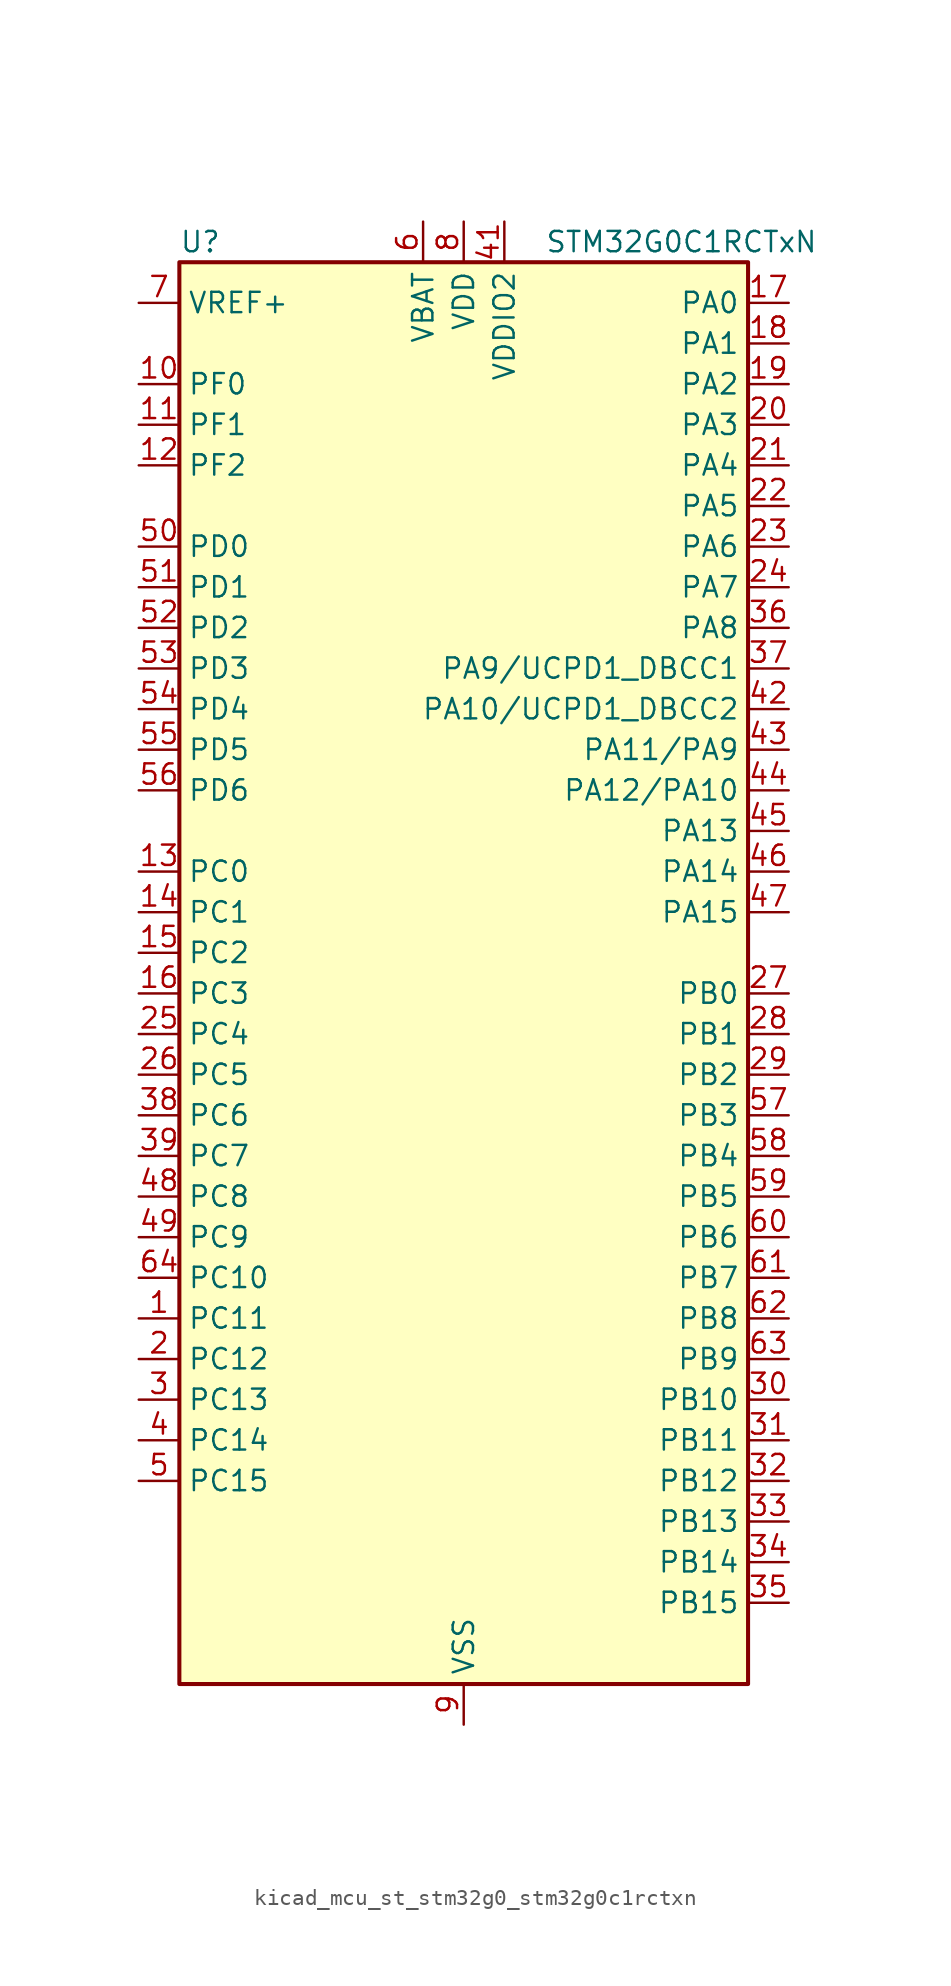
<source format=kicad_sym>
(kicad_symbol_lib
  (version 20220914)
  (generator kicad_symbol_editor)
  (symbol "kicad_mcu_st_stm32g0_stm32g0c1rctxn"
    (property "Reference" "U"
      (at -17.78 46.99 0)
      (effects (font (size 1.27 1.27)) (justify left)))
    (property "Value" "STM32G0C1RCTxN"
      (at 5.08 46.99 0)
      (effects (font (size 1.27 1.27)) (justify left)))
    (property "ki_locked" ""
      (at 0 0 0)
      (effects (font (size 1.27 1.27))))
    (symbol "kicad_mcu_st_stm32g0_stm32g0c1rctxn_0_1"
      (rectangle (start -17.78 -43.18) (end 17.78 45.72) (stroke (width 0.254) (type default)) (fill (type background))))
    (symbol "kicad_mcu_st_stm32g0_stm32g0c1rctxn_1_1"
      (pin bidirectional line (at -20.32 -20.32 0) (length 2.54) (name "PC11" (effects (font (size 1.27 1.27)))) (number "1" (effects (font (size 1.27 1.27)))) (alternate "ADC1_EXTI11" bidirectional line) (alternate "SPI3_MISO" bidirectional line) (alternate "TIM1_CH4" bidirectional line) (alternate "USART3_RX" bidirectional line) (alternate "USART4_RX" bidirectional line))
      (pin bidirectional line (at -20.32 38.1 0) (length 2.54) (name "PF0" (effects (font (size 1.27 1.27)))) (number "10" (effects (font (size 1.27 1.27)))) (alternate "CRS1_SYNC" bidirectional line) (alternate "RCC_OSC_IN" bidirectional line) (alternate "TIM14_CH1" bidirectional line))
      (pin bidirectional line (at -20.32 35.56 0) (length 2.54) (name "PF1" (effects (font (size 1.27 1.27)))) (number "11" (effects (font (size 1.27 1.27)))) (alternate "RCC_OSC_EN" bidirectional line) (alternate "RCC_OSC_OUT" bidirectional line) (alternate "TIM15_CH1N" bidirectional line))
      (pin bidirectional line (at -20.32 33.02 0) (length 2.54) (name "PF2" (effects (font (size 1.27 1.27)))) (number "12" (effects (font (size 1.27 1.27)))) (alternate "LPUART2_DE" bidirectional line) (alternate "LPUART2_RTS" bidirectional line) (alternate "LPUART2_TX" bidirectional line) (alternate "RCC_MCO" bidirectional line))
      (pin bidirectional line (at -20.32 7.62 0) (length 2.54) (name "PC0" (effects (font (size 1.27 1.27)))) (number "13" (effects (font (size 1.27 1.27)))) (alternate "COMP3_INM" bidirectional line) (alternate "COMP3_OUT" bidirectional line) (alternate "I2C3_SCL" bidirectional line) (alternate "LPTIM1_IN1" bidirectional line) (alternate "LPTIM2_IN1" bidirectional line) (alternate "LPUART1_RX" bidirectional line) (alternate "LPUART2_TX" bidirectional line) (alternate "USART6_TX" bidirectional line))
      (pin bidirectional line (at -20.32 5.08 0) (length 2.54) (name "PC1" (effects (font (size 1.27 1.27)))) (number "14" (effects (font (size 1.27 1.27)))) (alternate "COMP3_INP" bidirectional line) (alternate "I2C3_SDA" bidirectional line) (alternate "LPTIM1_OUT" bidirectional line) (alternate "LPUART1_TX" bidirectional line) (alternate "LPUART2_RX" bidirectional line) (alternate "TIM15_CH1" bidirectional line) (alternate "USART6_RX" bidirectional line))
      (pin bidirectional line (at -20.32 2.54 0) (length 2.54) (name "PC2" (effects (font (size 1.27 1.27)))) (number "15" (effects (font (size 1.27 1.27)))) (alternate "COMP3_OUT" bidirectional line) (alternate "FDCAN2_RX" bidirectional line) (alternate "I2S2_MCK" bidirectional line) (alternate "LPTIM1_IN2" bidirectional line) (alternate "SPI2_MISO" bidirectional line) (alternate "TIM15_CH2" bidirectional line))
      (pin bidirectional line (at -20.32 0 0) (length 2.54) (name "PC3" (effects (font (size 1.27 1.27)))) (number "16" (effects (font (size 1.27 1.27)))) (alternate "FDCAN2_TX" bidirectional line) (alternate "I2S2_SD" bidirectional line) (alternate "LPTIM1_ETR" bidirectional line) (alternate "LPTIM2_ETR" bidirectional line) (alternate "SPI2_MOSI" bidirectional line))
      (pin bidirectional line (at 20.32 43.18 180) (length 2.54) (name "PA0" (effects (font (size 1.27 1.27)))) (number "17" (effects (font (size 1.27 1.27)))) (alternate "ADC1_IN0" bidirectional line) (alternate "COMP1_INM" bidirectional line) (alternate "COMP1_OUT" bidirectional line) (alternate "I2S2_CK" bidirectional line) (alternate "LPTIM1_OUT" bidirectional line) (alternate "RTC_TAMP_IN2" bidirectional line) (alternate "SPI2_SCK" bidirectional line) (alternate "SYS_WKUP1" bidirectional line) (alternate "TIM2_CH1" bidirectional line) (alternate "TIM2_ETR" bidirectional line) (alternate "UCPD2_FRSTX1" bidirectional line) (alternate "UCPD2_FRSTX2" bidirectional line) (alternate "USART2_CTS" bidirectional line) (alternate "USART2_NSS" bidirectional line) (alternate "USART4_TX" bidirectional line))
      (pin bidirectional line (at 20.32 40.64 180) (length 2.54) (name "PA1" (effects (font (size 1.27 1.27)))) (number "18" (effects (font (size 1.27 1.27)))) (alternate "ADC1_IN1" bidirectional line) (alternate "COMP1_INP" bidirectional line) (alternate "I2C1_SMBA" bidirectional line) (alternate "I2S1_CK" bidirectional line) (alternate "SPI1_SCK" bidirectional line) (alternate "TIM15_CH1N" bidirectional line) (alternate "TIM2_CH2" bidirectional line) (alternate "USART2_CK" bidirectional line) (alternate "USART2_DE" bidirectional line) (alternate "USART2_RTS" bidirectional line) (alternate "USART4_RX" bidirectional line))
      (pin bidirectional line (at 20.32 38.1 180) (length 2.54) (name "PA2" (effects (font (size 1.27 1.27)))) (number "19" (effects (font (size 1.27 1.27)))) (alternate "ADC1_IN2" bidirectional line) (alternate "COMP2_INM" bidirectional line) (alternate "COMP2_OUT" bidirectional line) (alternate "I2S1_SD" bidirectional line) (alternate "LPUART1_TX" bidirectional line) (alternate "RCC_LSCO" bidirectional line) (alternate "SPI1_MOSI" bidirectional line) (alternate "SYS_WKUP4" bidirectional line) (alternate "TIM15_CH1" bidirectional line) (alternate "TIM2_CH3" bidirectional line) (alternate "UCPD1_FRSTX1" bidirectional line) (alternate "UCPD1_FRSTX2" bidirectional line) (alternate "USART2_TX" bidirectional line))
      (pin bidirectional line (at -20.32 -22.86 0) (length 2.54) (name "PC12" (effects (font (size 1.27 1.27)))) (number "2" (effects (font (size 1.27 1.27)))) (alternate "LPTIM1_IN1" bidirectional line) (alternate "SPI3_MOSI" bidirectional line) (alternate "TIM14_CH1" bidirectional line) (alternate "UCPD1_FRSTX1" bidirectional line) (alternate "UCPD1_FRSTX2" bidirectional line) (alternate "USART5_TX" bidirectional line))
      (pin bidirectional line (at 20.32 35.56 180) (length 2.54) (name "PA3" (effects (font (size 1.27 1.27)))) (number "20" (effects (font (size 1.27 1.27)))) (alternate "ADC1_IN3" bidirectional line) (alternate "COMP2_INP" bidirectional line) (alternate "I2S2_MCK" bidirectional line) (alternate "LPUART1_RX" bidirectional line) (alternate "SPI2_MISO" bidirectional line) (alternate "TIM15_CH2" bidirectional line) (alternate "TIM2_CH4" bidirectional line) (alternate "UCPD2_FRSTX1" bidirectional line) (alternate "UCPD2_FRSTX2" bidirectional line) (alternate "USART2_RX" bidirectional line))
      (pin bidirectional line (at 20.32 33.02 180) (length 2.54) (name "PA4" (effects (font (size 1.27 1.27)))) (number "21" (effects (font (size 1.27 1.27)))) (alternate "ADC1_IN4" bidirectional line) (alternate "DAC1_OUT1" bidirectional line) (alternate "I2S1_WS" bidirectional line) (alternate "I2S2_SD" bidirectional line) (alternate "LPTIM2_OUT" bidirectional line) (alternate "RTC_OUT2" bidirectional line) (alternate "SPI1_NSS" bidirectional line) (alternate "SPI2_MOSI" bidirectional line) (alternate "SPI3_NSS" bidirectional line) (alternate "TIM14_CH1" bidirectional line) (alternate "UCPD2_FRSTX1" bidirectional line) (alternate "UCPD2_FRSTX2" bidirectional line) (alternate "USART6_TX" bidirectional line) (alternate "USB_NOE" bidirectional line))
      (pin bidirectional line (at 20.32 30.48 180) (length 2.54) (name "PA5" (effects (font (size 1.27 1.27)))) (number "22" (effects (font (size 1.27 1.27)))) (alternate "ADC1_IN5" bidirectional line) (alternate "CEC" bidirectional line) (alternate "DAC1_OUT2" bidirectional line) (alternate "I2S1_CK" bidirectional line) (alternate "LPTIM2_ETR" bidirectional line) (alternate "SPI1_SCK" bidirectional line) (alternate "TIM2_CH1" bidirectional line) (alternate "TIM2_ETR" bidirectional line) (alternate "UCPD1_FRSTX1" bidirectional line) (alternate "UCPD1_FRSTX2" bidirectional line) (alternate "USART3_TX" bidirectional line) (alternate "USART6_RX" bidirectional line))
      (pin bidirectional line (at 20.32 27.94 180) (length 2.54) (name "PA6" (effects (font (size 1.27 1.27)))) (number "23" (effects (font (size 1.27 1.27)))) (alternate "ADC1_IN6" bidirectional line) (alternate "COMP1_OUT" bidirectional line) (alternate "I2C2_SDA" bidirectional line) (alternate "I2C3_SDA" bidirectional line) (alternate "I2S1_MCK" bidirectional line) (alternate "LPUART1_CTS" bidirectional line) (alternate "SPI1_MISO" bidirectional line) (alternate "TIM16_CH1" bidirectional line) (alternate "TIM1_BK" bidirectional line) (alternate "TIM3_CH1" bidirectional line) (alternate "USART3_CTS" bidirectional line) (alternate "USART3_NSS" bidirectional line) (alternate "USART6_CTS" bidirectional line) (alternate "USART6_NSS" bidirectional line))
      (pin bidirectional line (at 20.32 25.4 180) (length 2.54) (name "PA7" (effects (font (size 1.27 1.27)))) (number "24" (effects (font (size 1.27 1.27)))) (alternate "ADC1_IN7" bidirectional line) (alternate "COMP2_OUT" bidirectional line) (alternate "I2C2_SCL" bidirectional line) (alternate "I2C3_SCL" bidirectional line) (alternate "I2S1_SD" bidirectional line) (alternate "SPI1_MOSI" bidirectional line) (alternate "TIM14_CH1" bidirectional line) (alternate "TIM17_CH1" bidirectional line) (alternate "TIM1_CH1N" bidirectional line) (alternate "TIM3_CH2" bidirectional line) (alternate "UCPD1_FRSTX1" bidirectional line) (alternate "UCPD1_FRSTX2" bidirectional line) (alternate "USART6_CK" bidirectional line) (alternate "USART6_DE" bidirectional line) (alternate "USART6_RTS" bidirectional line))
      (pin bidirectional line (at -20.32 -2.54 0) (length 2.54) (name "PC4" (effects (font (size 1.27 1.27)))) (number "25" (effects (font (size 1.27 1.27)))) (alternate "ADC1_IN17" bidirectional line) (alternate "COMP1_INM" bidirectional line) (alternate "FDCAN1_RX" bidirectional line) (alternate "TIM2_CH1" bidirectional line) (alternate "TIM2_ETR" bidirectional line) (alternate "USART1_TX" bidirectional line) (alternate "USART3_TX" bidirectional line))
      (pin bidirectional line (at -20.32 -5.08 0) (length 2.54) (name "PC5" (effects (font (size 1.27 1.27)))) (number "26" (effects (font (size 1.27 1.27)))) (alternate "ADC1_IN18" bidirectional line) (alternate "COMP1_INP" bidirectional line) (alternate "FDCAN1_TX" bidirectional line) (alternate "SYS_WKUP5" bidirectional line) (alternate "TIM2_CH2" bidirectional line) (alternate "USART1_RX" bidirectional line) (alternate "USART3_RX" bidirectional line))
      (pin bidirectional line (at 20.32 0 180) (length 2.54) (name "PB0" (effects (font (size 1.27 1.27)))) (number "27" (effects (font (size 1.27 1.27)))) (alternate "ADC1_IN8" bidirectional line) (alternate "COMP1_OUT" bidirectional line) (alternate "COMP3_INP" bidirectional line) (alternate "FDCAN2_RX" bidirectional line) (alternate "I2S1_WS" bidirectional line) (alternate "LPTIM1_OUT" bidirectional line) (alternate "LPUART2_CTS" bidirectional line) (alternate "SPI1_NSS" bidirectional line) (alternate "TIM1_CH2N" bidirectional line) (alternate "TIM3_CH3" bidirectional line) (alternate "UCPD1_FRSTX1" bidirectional line) (alternate "UCPD1_FRSTX2" bidirectional line) (alternate "USART3_RX" bidirectional line) (alternate "USART5_TX" bidirectional line))
      (pin bidirectional line (at 20.32 -2.54 180) (length 2.54) (name "PB1" (effects (font (size 1.27 1.27)))) (number "28" (effects (font (size 1.27 1.27)))) (alternate "ADC1_IN9" bidirectional line) (alternate "COMP1_INM" bidirectional line) (alternate "COMP3_OUT" bidirectional line) (alternate "FDCAN2_TX" bidirectional line) (alternate "LPTIM2_IN1" bidirectional line) (alternate "LPUART1_DE" bidirectional line) (alternate "LPUART1_RTS" bidirectional line) (alternate "LPUART2_DE" bidirectional line) (alternate "LPUART2_RTS" bidirectional line) (alternate "TIM14_CH1" bidirectional line) (alternate "TIM1_CH3N" bidirectional line) (alternate "TIM3_CH4" bidirectional line) (alternate "USART3_CK" bidirectional line) (alternate "USART3_DE" bidirectional line) (alternate "USART3_RTS" bidirectional line) (alternate "USART5_RX" bidirectional line))
      (pin bidirectional line (at 20.32 -5.08 180) (length 2.54) (name "PB2" (effects (font (size 1.27 1.27)))) (number "29" (effects (font (size 1.27 1.27)))) (alternate "ADC1_IN10" bidirectional line) (alternate "COMP1_INP" bidirectional line) (alternate "COMP3_INM" bidirectional line) (alternate "I2S2_MCK" bidirectional line) (alternate "LPTIM1_OUT" bidirectional line) (alternate "RCC_MCO_2" bidirectional line) (alternate "SPI2_MISO" bidirectional line) (alternate "USART3_TX" bidirectional line))
      (pin bidirectional line (at -20.32 -25.4 0) (length 2.54) (name "PC13" (effects (font (size 1.27 1.27)))) (number "3" (effects (font (size 1.27 1.27)))) (alternate "RTC_OUT1" bidirectional line) (alternate "RTC_TAMP_IN1" bidirectional line) (alternate "RTC_TS" bidirectional line) (alternate "SYS_WKUP2" bidirectional line) (alternate "TIM1_BK" bidirectional line))
      (pin bidirectional line (at 20.32 -25.4 180) (length 2.54) (name "PB10" (effects (font (size 1.27 1.27)))) (number "30" (effects (font (size 1.27 1.27)))) (alternate "ADC1_IN11" bidirectional line) (alternate "CEC" bidirectional line) (alternate "COMP1_OUT" bidirectional line) (alternate "I2C2_SCL" bidirectional line) (alternate "I2S2_CK" bidirectional line) (alternate "LPUART1_RX" bidirectional line) (alternate "SPI2_SCK" bidirectional line) (alternate "TIM2_CH3" bidirectional line) (alternate "USART3_TX" bidirectional line))
      (pin bidirectional line (at 20.32 -27.94 180) (length 2.54) (name "PB11" (effects (font (size 1.27 1.27)))) (number "31" (effects (font (size 1.27 1.27)))) (alternate "ADC1_EXTI11" bidirectional line) (alternate "ADC1_IN15" bidirectional line) (alternate "COMP2_OUT" bidirectional line) (alternate "I2C2_SDA" bidirectional line) (alternate "I2S2_SD" bidirectional line) (alternate "LPUART1_TX" bidirectional line) (alternate "SPI2_MOSI" bidirectional line) (alternate "TIM2_CH4" bidirectional line) (alternate "USART3_RX" bidirectional line))
      (pin bidirectional line (at 20.32 -30.48 180) (length 2.54) (name "PB12" (effects (font (size 1.27 1.27)))) (number "32" (effects (font (size 1.27 1.27)))) (alternate "ADC1_IN16" bidirectional line) (alternate "FDCAN2_RX" bidirectional line) (alternate "I2C2_SMBA" bidirectional line) (alternate "I2S2_WS" bidirectional line) (alternate "LPUART1_DE" bidirectional line) (alternate "LPUART1_RTS" bidirectional line) (alternate "SPI2_NSS" bidirectional line) (alternate "TIM15_BK" bidirectional line) (alternate "TIM1_BK" bidirectional line) (alternate "UCPD2_FRSTX1" bidirectional line) (alternate "UCPD2_FRSTX2" bidirectional line))
      (pin bidirectional line (at 20.32 -33.02 180) (length 2.54) (name "PB13" (effects (font (size 1.27 1.27)))) (number "33" (effects (font (size 1.27 1.27)))) (alternate "FDCAN2_TX" bidirectional line) (alternate "I2C2_SCL" bidirectional line) (alternate "I2S2_CK" bidirectional line) (alternate "LPUART1_CTS" bidirectional line) (alternate "SPI2_SCK" bidirectional line) (alternate "TIM15_CH1N" bidirectional line) (alternate "TIM1_CH1N" bidirectional line) (alternate "USART3_CTS" bidirectional line) (alternate "USART3_NSS" bidirectional line))
      (pin bidirectional line (at 20.32 -35.56 180) (length 2.54) (name "PB14" (effects (font (size 1.27 1.27)))) (number "34" (effects (font (size 1.27 1.27)))) (alternate "I2C2_SDA" bidirectional line) (alternate "I2S2_MCK" bidirectional line) (alternate "SPI2_MISO" bidirectional line) (alternate "TIM15_CH1" bidirectional line) (alternate "TIM1_CH2N" bidirectional line) (alternate "UCPD1_FRSTX1" bidirectional line) (alternate "UCPD1_FRSTX2" bidirectional line) (alternate "USART3_CK" bidirectional line) (alternate "USART3_DE" bidirectional line) (alternate "USART3_RTS" bidirectional line) (alternate "USART6_CK" bidirectional line) (alternate "USART6_DE" bidirectional line) (alternate "USART6_RTS" bidirectional line))
      (pin bidirectional line (at 20.32 -38.1 180) (length 2.54) (name "PB15" (effects (font (size 1.27 1.27)))) (number "35" (effects (font (size 1.27 1.27)))) (alternate "I2S2_SD" bidirectional line) (alternate "RTC_REFIN" bidirectional line) (alternate "SPI2_MOSI" bidirectional line) (alternate "TIM15_CH1N" bidirectional line) (alternate "TIM15_CH2" bidirectional line) (alternate "TIM1_CH3N" bidirectional line) (alternate "UCPD1_CC2" bidirectional line) (alternate "USART6_CTS" bidirectional line) (alternate "USART6_NSS" bidirectional line))
      (pin bidirectional line (at 20.32 22.86 180) (length 2.54) (name "PA8" (effects (font (size 1.27 1.27)))) (number "36" (effects (font (size 1.27 1.27)))) (alternate "CRS1_SYNC" bidirectional line) (alternate "I2C2_SMBA" bidirectional line) (alternate "I2S2_WS" bidirectional line) (alternate "LPTIM2_OUT" bidirectional line) (alternate "RCC_MCO" bidirectional line) (alternate "SPI2_NSS" bidirectional line) (alternate "TIM1_CH1" bidirectional line) (alternate "UCPD1_CC1" bidirectional line))
      (pin bidirectional line (at 20.32 20.32 180) (length 2.54) (name "PA9/UCPD1_DBCC1" (effects (font (size 1.27 1.27)))) (number "37" (effects (font (size 1.27 1.27)))) (alternate "DAC1_EXTI9" bidirectional line) (alternate "I2C1_SCL" bidirectional line) (alternate "I2C2_SCL" bidirectional line) (alternate "I2S2_MCK" bidirectional line) (alternate "RCC_MCO" bidirectional line) (alternate "SPI2_MISO" bidirectional line) (alternate "TIM15_BK" bidirectional line) (alternate "TIM1_CH2" bidirectional line) (alternate "UCPD1_DBCC1" bidirectional line) (alternate "USART1_TX" bidirectional line))
      (pin bidirectional line (at -20.32 -7.62 0) (length 2.54) (name "PC6" (effects (font (size 1.27 1.27)))) (number "38" (effects (font (size 1.27 1.27)))) (alternate "LPUART2_TX" bidirectional line) (alternate "TIM2_CH3" bidirectional line) (alternate "TIM3_CH1" bidirectional line) (alternate "UCPD1_FRSTX1" bidirectional line) (alternate "UCPD1_FRSTX2" bidirectional line))
      (pin bidirectional line (at -20.32 -10.16 0) (length 2.54) (name "PC7" (effects (font (size 1.27 1.27)))) (number "39" (effects (font (size 1.27 1.27)))) (alternate "LPUART2_RX" bidirectional line) (alternate "TIM2_CH4" bidirectional line) (alternate "TIM3_CH2" bidirectional line) (alternate "UCPD2_FRSTX1" bidirectional line) (alternate "UCPD2_FRSTX2" bidirectional line))
      (pin bidirectional line (at -20.32 -27.94 0) (length 2.54) (name "PC14" (effects (font (size 1.27 1.27)))) (number "4" (effects (font (size 1.27 1.27)))) (alternate "RCC_OSC32_IN" bidirectional line) (alternate "TIM1_BK2" bidirectional line))
      (pin passive line (at 0 -45.72 90) (length 2.54) hide (name "VSS" (effects (font (size 1.27 1.27)))) (number "40" (effects (font (size 1.27 1.27)))))
      (pin power_in line (at 2.54 48.26 270) (length 2.54) (name "VDDIO2" (effects (font (size 1.27 1.27)))) (number "41" (effects (font (size 1.27 1.27)))))
      (pin bidirectional line (at 20.32 17.78 180) (length 2.54) (name "PA10/UCPD1_DBCC2" (effects (font (size 1.27 1.27)))) (number "42" (effects (font (size 1.27 1.27)))) (alternate "I2C1_SDA" bidirectional line) (alternate "I2C2_SDA" bidirectional line) (alternate "I2S2_SD" bidirectional line) (alternate "RCC_MCO_2" bidirectional line) (alternate "SPI2_MOSI" bidirectional line) (alternate "TIM17_BK" bidirectional line) (alternate "TIM1_CH3" bidirectional line) (alternate "UCPD1_DBCC2" bidirectional line) (alternate "USART1_RX" bidirectional line))
      (pin bidirectional line (at 20.32 15.24 180) (length 2.54) (name "PA11/PA9" (effects (font (size 1.27 1.27)))) (number "43" (effects (font (size 1.27 1.27)))) (alternate "ADC1_EXTI11" bidirectional line) (alternate "COMP1_OUT" bidirectional line) (alternate "FDCAN1_RX" bidirectional line) (alternate "I2C2_SCL" bidirectional line) (alternate "I2S1_MCK" bidirectional line) (alternate "SPI1_MISO" bidirectional line) (alternate "TIM1_BK2" bidirectional line) (alternate "TIM1_CH4" bidirectional line) (alternate "USART1_CTS" bidirectional line) (alternate "USART1_NSS" bidirectional line) (alternate "USB_DM" bidirectional line))
      (pin bidirectional line (at 20.32 12.7 180) (length 2.54) (name "PA12/PA10" (effects (font (size 1.27 1.27)))) (number "44" (effects (font (size 1.27 1.27)))) (alternate "COMP2_OUT" bidirectional line) (alternate "FDCAN1_TX" bidirectional line) (alternate "I2C2_SDA" bidirectional line) (alternate "I2S1_SD" bidirectional line) (alternate "I2S_CKIN" bidirectional line) (alternate "SPI1_MOSI" bidirectional line) (alternate "TIM1_ETR" bidirectional line) (alternate "USART1_CK" bidirectional line) (alternate "USART1_DE" bidirectional line) (alternate "USART1_RTS" bidirectional line) (alternate "USB_DP" bidirectional line))
      (pin bidirectional line (at 20.32 10.16 180) (length 2.54) (name "PA13" (effects (font (size 1.27 1.27)))) (number "45" (effects (font (size 1.27 1.27)))) (alternate "IR_OUT" bidirectional line) (alternate "LPUART2_RX" bidirectional line) (alternate "SYS_SWDIO" bidirectional line) (alternate "USB_NOE" bidirectional line))
      (pin bidirectional line (at 20.32 7.62 180) (length 2.54) (name "PA14" (effects (font (size 1.27 1.27)))) (number "46" (effects (font (size 1.27 1.27)))) (alternate "LPUART2_TX" bidirectional line) (alternate "SYS_SWCLK" bidirectional line) (alternate "USART2_TX" bidirectional line))
      (pin bidirectional line (at 20.32 5.08 180) (length 2.54) (name "PA15" (effects (font (size 1.27 1.27)))) (number "47" (effects (font (size 1.27 1.27)))) (alternate "I2C2_SMBA" bidirectional line) (alternate "I2S1_WS" bidirectional line) (alternate "RCC_MCO_2" bidirectional line) (alternate "SPI1_NSS" bidirectional line) (alternate "SPI3_NSS" bidirectional line) (alternate "TIM2_CH1" bidirectional line) (alternate "TIM2_ETR" bidirectional line) (alternate "USART2_RX" bidirectional line) (alternate "USART3_CK" bidirectional line) (alternate "USART3_DE" bidirectional line) (alternate "USART3_RTS" bidirectional line) (alternate "USART4_CK" bidirectional line) (alternate "USART4_DE" bidirectional line) (alternate "USART4_RTS" bidirectional line) (alternate "USB_NOE" bidirectional line))
      (pin bidirectional line (at -20.32 -12.7 0) (length 2.54) (name "PC8" (effects (font (size 1.27 1.27)))) (number "48" (effects (font (size 1.27 1.27)))) (alternate "LPUART2_CTS" bidirectional line) (alternate "TIM1_CH1" bidirectional line) (alternate "TIM3_CH3" bidirectional line) (alternate "UCPD2_FRSTX1" bidirectional line) (alternate "UCPD2_FRSTX2" bidirectional line))
      (pin bidirectional line (at -20.32 -15.24 0) (length 2.54) (name "PC9" (effects (font (size 1.27 1.27)))) (number "49" (effects (font (size 1.27 1.27)))) (alternate "DAC1_EXTI9" bidirectional line) (alternate "I2S_CKIN" bidirectional line) (alternate "LPUART2_DE" bidirectional line) (alternate "LPUART2_RTS" bidirectional line) (alternate "TIM1_CH2" bidirectional line) (alternate "TIM3_CH4" bidirectional line) (alternate "USB_NOE" bidirectional line))
      (pin bidirectional line (at -20.32 -30.48 0) (length 2.54) (name "PC15" (effects (font (size 1.27 1.27)))) (number "5" (effects (font (size 1.27 1.27)))) (alternate "RCC_OSC32_EN" bidirectional line) (alternate "RCC_OSC32_OUT" bidirectional line) (alternate "RCC_OSC_EN" bidirectional line) (alternate "TIM15_BK" bidirectional line))
      (pin bidirectional line (at -20.32 27.94 0) (length 2.54) (name "PD0" (effects (font (size 1.27 1.27)))) (number "50" (effects (font (size 1.27 1.27)))) (alternate "FDCAN1_RX" bidirectional line) (alternate "I2S2_WS" bidirectional line) (alternate "SPI2_NSS" bidirectional line) (alternate "TIM16_CH1" bidirectional line) (alternate "UCPD2_CC1" bidirectional line))
      (pin bidirectional line (at -20.32 25.4 0) (length 2.54) (name "PD1" (effects (font (size 1.27 1.27)))) (number "51" (effects (font (size 1.27 1.27)))) (alternate "FDCAN1_TX" bidirectional line) (alternate "I2S2_CK" bidirectional line) (alternate "SPI2_SCK" bidirectional line) (alternate "TIM17_CH1" bidirectional line) (alternate "UCPD2_DBCC1" bidirectional line))
      (pin bidirectional line (at -20.32 22.86 0) (length 2.54) (name "PD2" (effects (font (size 1.27 1.27)))) (number "52" (effects (font (size 1.27 1.27)))) (alternate "TIM1_CH1N" bidirectional line) (alternate "TIM3_ETR" bidirectional line) (alternate "UCPD2_CC2" bidirectional line) (alternate "USART3_CK" bidirectional line) (alternate "USART3_DE" bidirectional line) (alternate "USART3_RTS" bidirectional line) (alternate "USART5_RX" bidirectional line))
      (pin bidirectional line (at -20.32 20.32 0) (length 2.54) (name "PD3" (effects (font (size 1.27 1.27)))) (number "53" (effects (font (size 1.27 1.27)))) (alternate "I2S2_MCK" bidirectional line) (alternate "SPI2_MISO" bidirectional line) (alternate "TIM1_CH2N" bidirectional line) (alternate "UCPD2_DBCC2" bidirectional line) (alternate "USART2_CTS" bidirectional line) (alternate "USART2_NSS" bidirectional line) (alternate "USART5_TX" bidirectional line))
      (pin bidirectional line (at -20.32 17.78 0) (length 2.54) (name "PD4" (effects (font (size 1.27 1.27)))) (number "54" (effects (font (size 1.27 1.27)))) (alternate "I2S2_SD" bidirectional line) (alternate "SPI2_MOSI" bidirectional line) (alternate "TIM1_CH3N" bidirectional line) (alternate "USART2_CK" bidirectional line) (alternate "USART2_DE" bidirectional line) (alternate "USART2_RTS" bidirectional line) (alternate "USART5_CK" bidirectional line) (alternate "USART5_DE" bidirectional line) (alternate "USART5_RTS" bidirectional line))
      (pin bidirectional line (at -20.32 15.24 0) (length 2.54) (name "PD5" (effects (font (size 1.27 1.27)))) (number "55" (effects (font (size 1.27 1.27)))) (alternate "I2S1_MCK" bidirectional line) (alternate "SPI1_MISO" bidirectional line) (alternate "TIM1_BK" bidirectional line) (alternate "USART2_TX" bidirectional line) (alternate "USART5_CTS" bidirectional line) (alternate "USART5_NSS" bidirectional line))
      (pin bidirectional line (at -20.32 12.7 0) (length 2.54) (name "PD6" (effects (font (size 1.27 1.27)))) (number "56" (effects (font (size 1.27 1.27)))) (alternate "I2S1_SD" bidirectional line) (alternate "LPTIM2_OUT" bidirectional line) (alternate "SPI1_MOSI" bidirectional line) (alternate "USART2_RX" bidirectional line))
      (pin bidirectional line (at 20.32 -7.62 180) (length 2.54) (name "PB3" (effects (font (size 1.27 1.27)))) (number "57" (effects (font (size 1.27 1.27)))) (alternate "COMP2_INM" bidirectional line) (alternate "I2C2_SCL" bidirectional line) (alternate "I2C3_SCL" bidirectional line) (alternate "I2S1_CK" bidirectional line) (alternate "SPI1_SCK" bidirectional line) (alternate "SPI3_SCK" bidirectional line) (alternate "TIM1_CH2" bidirectional line) (alternate "TIM2_CH2" bidirectional line) (alternate "USART1_CK" bidirectional line) (alternate "USART1_DE" bidirectional line) (alternate "USART1_RTS" bidirectional line) (alternate "USART5_TX" bidirectional line))
      (pin bidirectional line (at 20.32 -10.16 180) (length 2.54) (name "PB4" (effects (font (size 1.27 1.27)))) (number "58" (effects (font (size 1.27 1.27)))) (alternate "COMP2_INP" bidirectional line) (alternate "I2C2_SDA" bidirectional line) (alternate "I2C3_SDA" bidirectional line) (alternate "I2S1_MCK" bidirectional line) (alternate "SPI1_MISO" bidirectional line) (alternate "SPI3_MISO" bidirectional line) (alternate "TIM17_BK" bidirectional line) (alternate "TIM3_CH1" bidirectional line) (alternate "USART1_CTS" bidirectional line) (alternate "USART1_NSS" bidirectional line) (alternate "USART5_RX" bidirectional line))
      (pin bidirectional line (at 20.32 -12.7 180) (length 2.54) (name "PB5" (effects (font (size 1.27 1.27)))) (number "59" (effects (font (size 1.27 1.27)))) (alternate "COMP2_OUT" bidirectional line) (alternate "FDCAN2_RX" bidirectional line) (alternate "I2C1_SMBA" bidirectional line) (alternate "I2S1_SD" bidirectional line) (alternate "LPTIM1_IN1" bidirectional line) (alternate "SPI1_MOSI" bidirectional line) (alternate "SPI3_MOSI" bidirectional line) (alternate "SYS_WKUP6" bidirectional line) (alternate "TIM16_BK" bidirectional line) (alternate "TIM3_CH2" bidirectional line) (alternate "USART5_CK" bidirectional line) (alternate "USART5_DE" bidirectional line) (alternate "USART5_RTS" bidirectional line))
      (pin power_in line (at -2.54 48.26 270) (length 2.54) (name "VBAT" (effects (font (size 1.27 1.27)))) (number "6" (effects (font (size 1.27 1.27)))))
      (pin bidirectional line (at 20.32 -15.24 180) (length 2.54) (name "PB6" (effects (font (size 1.27 1.27)))) (number "60" (effects (font (size 1.27 1.27)))) (alternate "COMP2_INP" bidirectional line) (alternate "FDCAN2_TX" bidirectional line) (alternate "I2C1_SCL" bidirectional line) (alternate "I2S2_MCK" bidirectional line) (alternate "LPTIM1_ETR" bidirectional line) (alternate "LPUART2_TX" bidirectional line) (alternate "SPI2_MISO" bidirectional line) (alternate "TIM16_CH1N" bidirectional line) (alternate "TIM1_CH3" bidirectional line) (alternate "TIM4_CH1" bidirectional line) (alternate "USART1_TX" bidirectional line) (alternate "USART5_CTS" bidirectional line) (alternate "USART5_NSS" bidirectional line))
      (pin bidirectional line (at 20.32 -17.78 180) (length 2.54) (name "PB7" (effects (font (size 1.27 1.27)))) (number "61" (effects (font (size 1.27 1.27)))) (alternate "COMP2_INM" bidirectional line) (alternate "I2C1_SDA" bidirectional line) (alternate "I2S2_SD" bidirectional line) (alternate "LPTIM1_IN2" bidirectional line) (alternate "LPUART2_RX" bidirectional line) (alternate "SPI2_MOSI" bidirectional line) (alternate "SYS_PVD_IN" bidirectional line) (alternate "TIM17_CH1N" bidirectional line) (alternate "TIM4_CH2" bidirectional line) (alternate "USART1_RX" bidirectional line) (alternate "USART4_CTS" bidirectional line) (alternate "USART4_NSS" bidirectional line))
      (pin bidirectional line (at 20.32 -20.32 180) (length 2.54) (name "PB8" (effects (font (size 1.27 1.27)))) (number "62" (effects (font (size 1.27 1.27)))) (alternate "CEC" bidirectional line) (alternate "FDCAN1_RX" bidirectional line) (alternate "I2C1_SCL" bidirectional line) (alternate "I2S2_CK" bidirectional line) (alternate "SPI2_SCK" bidirectional line) (alternate "TIM15_BK" bidirectional line) (alternate "TIM16_CH1" bidirectional line) (alternate "TIM4_CH3" bidirectional line) (alternate "USART3_TX" bidirectional line) (alternate "USART6_TX" bidirectional line))
      (pin bidirectional line (at 20.32 -22.86 180) (length 2.54) (name "PB9" (effects (font (size 1.27 1.27)))) (number "63" (effects (font (size 1.27 1.27)))) (alternate "DAC1_EXTI9" bidirectional line) (alternate "FDCAN1_TX" bidirectional line) (alternate "I2C1_SDA" bidirectional line) (alternate "I2S2_WS" bidirectional line) (alternate "IR_OUT" bidirectional line) (alternate "SPI2_NSS" bidirectional line) (alternate "TIM17_CH1" bidirectional line) (alternate "TIM4_CH4" bidirectional line) (alternate "UCPD2_FRSTX1" bidirectional line) (alternate "UCPD2_FRSTX2" bidirectional line) (alternate "USART3_RX" bidirectional line) (alternate "USART6_RX" bidirectional line))
      (pin bidirectional line (at -20.32 -17.78 0) (length 2.54) (name "PC10" (effects (font (size 1.27 1.27)))) (number "64" (effects (font (size 1.27 1.27)))) (alternate "SPI3_SCK" bidirectional line) (alternate "TIM1_CH3" bidirectional line) (alternate "USART3_TX" bidirectional line) (alternate "USART4_TX" bidirectional line))
      (pin input line (at -20.32 43.18 0) (length 2.54) (name "VREF+" (effects (font (size 1.27 1.27)))) (number "7" (effects (font (size 1.27 1.27)))) (alternate "VREFBUF_OUT" bidirectional line))
      (pin power_in line (at 0 48.26 270) (length 2.54) (name "VDD" (effects (font (size 1.27 1.27)))) (number "8" (effects (font (size 1.27 1.27)))))
      (pin power_in line (at 0 -45.72 90) (length 2.54) (name "VSS" (effects (font (size 1.27 1.27)))) (number "9" (effects (font (size 1.27 1.27))))))))
</source>
